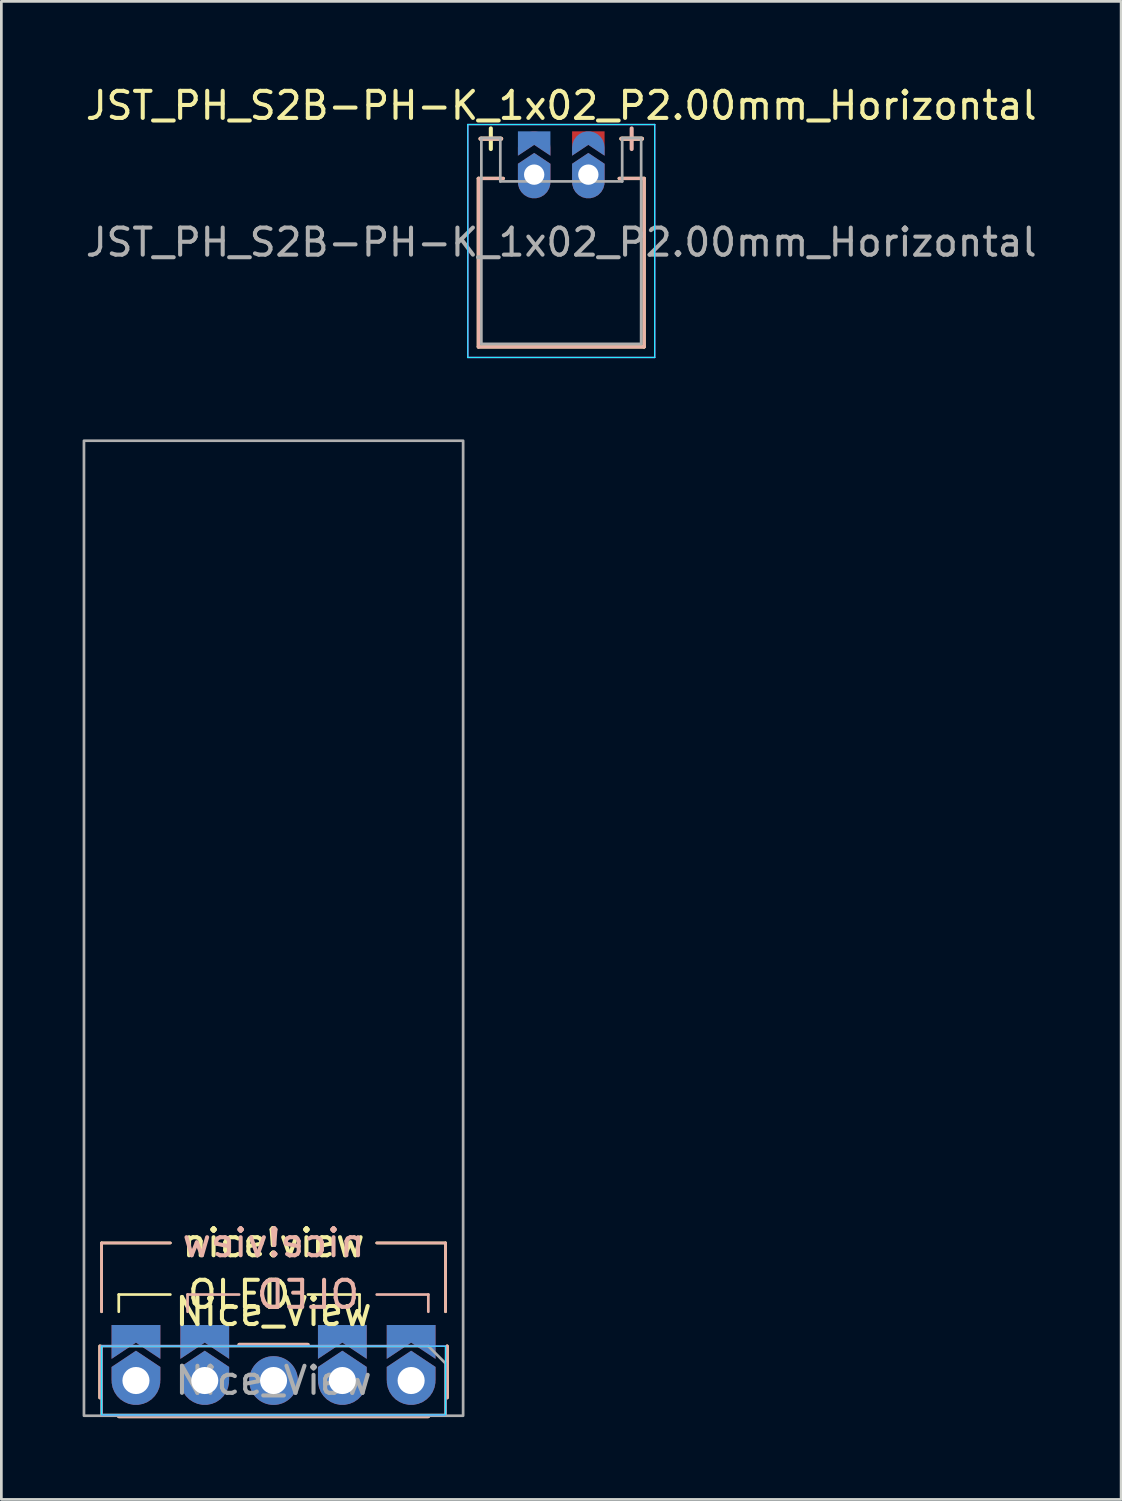
<source format=kicad_pcb>
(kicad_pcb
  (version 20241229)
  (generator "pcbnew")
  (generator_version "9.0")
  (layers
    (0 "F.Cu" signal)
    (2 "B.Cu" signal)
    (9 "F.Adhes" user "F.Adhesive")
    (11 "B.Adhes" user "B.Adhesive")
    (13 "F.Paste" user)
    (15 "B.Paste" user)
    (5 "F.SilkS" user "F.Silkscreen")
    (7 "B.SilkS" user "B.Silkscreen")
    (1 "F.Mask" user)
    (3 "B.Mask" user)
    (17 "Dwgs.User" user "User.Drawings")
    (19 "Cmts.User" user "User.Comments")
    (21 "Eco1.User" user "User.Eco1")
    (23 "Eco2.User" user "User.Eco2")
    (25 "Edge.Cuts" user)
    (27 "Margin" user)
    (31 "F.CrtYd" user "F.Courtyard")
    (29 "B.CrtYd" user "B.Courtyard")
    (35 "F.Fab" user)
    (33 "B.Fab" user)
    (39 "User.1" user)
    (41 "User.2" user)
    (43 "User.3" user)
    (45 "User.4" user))
  (footprint "JST_PH_S2B-PH-K_1x02_P2.00mm_Horizontal"
    (layer "F.Cu")
    (at 16.673 3.398)
    (property "Reference" "JST_PH_S2B-PH-K_1x02_P2.00mm_Horizontal" (at 1 -2.55 0) (layer "F.SilkS") (effects (font (size 1 1) (thickness 0.15))))
    (attr through_hole)
    (fp_line (start -2.06 0.14) (end -2.06 6.36) (stroke (width 0.12) (type solid)) (layer "F.SilkS"))
    (fp_line (start -2.06 0.14) (end -1.14 0.14) (stroke (width 0.12) (type solid)) (layer "F.SilkS"))
    (fp_line (start -2.06 6.36) (end 4.06 6.36) (stroke (width 0.12) (type solid)) (layer "F.SilkS"))
    (fp_line (start 4.06 0.14) (end 3.14 0.14) (stroke (width 0.12) (type solid)) (layer "F.SilkS"))
    (fp_line (start 4.06 6.36) (end 4.06 0.14) (stroke (width 0.12) (type solid)) (layer "F.SilkS"))
    (fp_line (start -2.06 0.14) (end -1.14 0.14) (stroke (width 0.12) (type solid)) (layer "B.SilkS"))
    (fp_line (start -2.06 6.36) (end -2.06 0.14) (stroke (width 0.12) (type solid)) (layer "B.SilkS"))
    (fp_line (start 4.06 0.14) (end 3.14 0.14) (stroke (width 0.12) (type solid)) (layer "B.SilkS"))
    (fp_line (start 4.06 0.14) (end 4.06 6.36) (stroke (width 0.12) (type solid)) (layer "B.SilkS"))
    (fp_line (start 4.06 6.36) (end -2.06 6.36) (stroke (width 0.12) (type solid)) (layer "B.SilkS"))
    (fp_line (start -2.45 -1.85) (end 4.45 -1.85) (stroke (width 0.05) (type solid)) (layer "B.CrtYd"))
    (fp_line (start -2.45 6.75) (end -2.45 -1.85) (stroke (width 0.05) (type solid)) (layer "B.CrtYd"))
    (fp_line (start 4.45 -1.85) (end 4.45 6.75) (stroke (width 0.05) (type solid)) (layer "B.CrtYd"))
    (fp_line (start 4.45 6.75) (end -2.45 6.75) (stroke (width 0.05) (type solid)) (layer "B.CrtYd"))
    (fp_line (start -2.45 -1.85) (end -2.45 6.75) (stroke (width 0.05) (type solid)) (layer "F.CrtYd"))
    (fp_line (start -2.45 6.75) (end 4.45 6.75) (stroke (width 0.05) (type solid)) (layer "F.CrtYd"))
    (fp_line (start 4.45 -1.85) (end -2.45 -1.85) (stroke (width 0.05) (type solid)) (layer "F.CrtYd"))
    (fp_line (start 4.45 6.75) (end 4.45 -1.85) (stroke (width 0.05) (type solid)) (layer "F.CrtYd"))
    (fp_line (start -1.95 -1.35) (end -1.95 6.25) (stroke (width 0.1) (type solid)) (layer "F.Fab"))
    (fp_line (start -1.95 6.25) (end 3.95 6.25) (stroke (width 0.1) (type solid)) (layer "F.Fab"))
    (fp_line (start -1.25 -1.35) (end -1.95 -1.35) (stroke (width 0.1) (type solid)) (layer "F.Fab"))
    (fp_line (start -1.25 0.25) (end -1.25 -1.35) (stroke (width 0.1) (type solid)) (layer "F.Fab"))
    (fp_line (start 3.25 -1.35) (end 3.25 0.25) (stroke (width 0.1) (type solid)) (layer "F.Fab"))
    (fp_line (start 3.25 0.25) (end -1.25 0.25) (stroke (width 0.1) (type solid)) (layer "F.Fab"))
    (fp_line (start 3.95 -1.35) (end 3.25 -1.35) (stroke (width 0.1) (type solid)) (layer "F.Fab"))
    (fp_line (start 3.95 6.25) (end 3.95 -1.35) (stroke (width 0.1) (type solid)) (layer "F.Fab"))
    (fp_text user "+" (at -1.6 -1.4 0) (unlocked yes) (layer "F.SilkS") (effects (font (size 1 1) (thickness 0.15))))
    (fp_text user "-" (at 3.6 -1.4 0) (unlocked yes) (layer "F.SilkS") (effects (font (size 1 1) (thickness 0.15))))
    (fp_text user "-" (at -1.6 -1.4 0) (unlocked yes) (layer "B.SilkS") (effects (font (size 1 1) (thickness 0.15)) (justify mirror)))
    (fp_text user "+" (at 3.6 -1.4 0) (unlocked yes) (layer "B.SilkS") (effects (font (size 1 1) (thickness 0.15)) (justify mirror)))
    (fp_text user "${REFERENCE}" (at 1 2.5 0) (layer "F.Fab") (effects (font (size 1 1) (thickness 0.15))))
    (pad "1" smd custom (at 0 -1.3 90) (size 0.4 0.4) (layers "B.Cu" "B.Mask") (options (anchor rect)) (primitives (gr_poly (pts (xy -0.2 0) (xy -0.6 0.6) (xy 0.3 0.6) (xy 0.3 -0.6) (xy -0.6 -0.6)) (width 0) (fill yes))))
    (pad "1" smd custom (at 2 -1.3 270) (size 0.4 0.4) (layers "F.Cu" "F.Mask") (options (anchor rect)) (primitives (gr_poly (pts (xy 0.2 0) (xy 0.6 0.6) (xy -0.3 0.6) (xy -0.3 -0.6) (xy 0.6 -0.6)) (width 0) (fill yes))))
    (pad "2" smd custom (at 0 -1.3 270) (size 0.3 0.3) (layers "F.Cu" "F.Mask") (options (anchor rect)) (primitives (gr_poly (pts (xy 0.2 0) (xy 0.6 0.6) (xy 0.3 0.6) (xy -0.3 0) (xy 0.3 -0.6) (xy 0.6 -0.6)) (width 0) (fill yes)) (gr_arc (start 0.3 0.5) (mid -0.2 0) (end 0.3 -0.5) (width 0.2))))
    (pad "2" smd custom (at 2 -1.3 90) (size 0.3 0.3) (layers "B.Cu" "B.Mask") (options (anchor rect)) (primitives (gr_arc (start -0.3 -0.5) (mid 0.2 0) (end -0.3 0.5) (width 0.2)) (gr_poly (pts (xy -0.2 0) (xy -0.6 0.6) (xy -0.3 0.6) (xy 0.3 0) (xy -0.3 -0.6) (xy -0.6 -0.6)) (width 0) (fill yes))))
    (pad "J1" thru_hole custom (at 0 0) (size 1.2 1.2) (drill 0.75) (layers "*.Cu" "*.Mask") (options (anchor circle)) (primitives (gr_poly (pts (xy 0.6 -0.4) (xy 0.6 0.275) (xy -0.6 0.275) (xy -0.6 -0.4) (xy 0 -0.8)) (width 0) (fill yes)) (gr_circle (center 0 0.275) (end -0.6 0.275) (width 0) (fill yes))))
    (pad "J2" thru_hole custom (at 2 0) (size 1.2 1.2) (drill 0.75) (layers "*.Cu" "*.Mask") (options (anchor circle)) (primitives (gr_circle (center 0 0.275) (end -0.6 0.275) (width 0) (fill yes)) (gr_poly (pts (xy 0.6 -0.4) (xy 0.6 0.275) (xy -0.6 0.275) (xy -0.6 -0.4) (xy 0 -0.8)) (width 0) (fill yes)))))
  (footprint "Nice_View"
    (layer "F.Cu")
    (at 7.05 47.923)
    (property "Reference" "Nice_View" (at 0 -2.54 0) (unlocked yes) (layer "F.SilkS") (effects (font (size 1 1) (thickness 0.15))))
    (attr through_hole)
    (fp_line (start -6.41 -1.27) (end -6.41 0.635) (stroke (width 0.12) (type default)) (layer "F.SilkS"))
    (fp_line (start -6.35 -5.08) (end -3.81 -5.08) (stroke (width 0.1) (type default)) (layer "F.SilkS"))
    (fp_line (start -6.35 -2.54) (end -6.35 -5.08) (stroke (width 0.1) (type default)) (layer "F.SilkS"))
    (fp_line (start -5.715 -2.54) (end -5.715 -3.175) (stroke (width 0.1) (type default)) (layer "F.SilkS"))
    (fp_line (start -5.715 1.33) (end 5.715 1.33) (stroke (width 0.12) (type default)) (layer "F.SilkS"))
    (fp_line (start -3.81 -3.175) (end -5.715 -3.175) (stroke (width 0.1) (type default)) (layer "F.SilkS"))
    (fp_line (start 1.27 -3.175) (end 3.175 -3.175) (stroke (width 0.1) (type default)) (layer "F.SilkS"))
    (fp_line (start 1.27 -1.33) (end -1.27 -1.33) (stroke (width 0.12) (type default)) (layer "F.SilkS"))
    (fp_line (start 3.175 -3.175) (end 3.175 -2.54) (stroke (width 0.1) (type default)) (layer "F.SilkS"))
    (fp_line (start 6.35 -5.08) (end 3.81 -5.08) (stroke (width 0.1) (type default)) (layer "F.SilkS"))
    (fp_line (start 6.35 -5.08) (end 6.35 -2.54) (stroke (width 0.1) (type default)) (layer "F.SilkS"))
    (fp_line (start 6.41 0.635) (end 6.41 -1.27) (stroke (width 0.12) (type default)) (layer "F.SilkS"))
    (fp_line (start -6.41 0.635) (end -6.41 -1.27) (stroke (width 0.12) (type default)) (layer "B.SilkS"))
    (fp_line (start -6.35 -5.08) (end -6.35 -2.54) (stroke (width 0.1) (type default)) (layer "B.SilkS"))
    (fp_line (start -6.35 -5.08) (end -3.81 -5.08) (stroke (width 0.1) (type default)) (layer "B.SilkS"))
    (fp_line (start -3.175 -3.175) (end -3.175 -2.54) (stroke (width 0.1) (type default)) (layer "B.SilkS"))
    (fp_line (start -1.27 -3.175) (end -3.175 -3.175) (stroke (width 0.1) (type default)) (layer "B.SilkS"))
    (fp_line (start -1.27 -1.33) (end 1.27 -1.33) (stroke (width 0.12) (type default)) (layer "B.SilkS"))
    (fp_line (start 3.81 -3.175) (end 5.715 -3.175) (stroke (width 0.1) (type default)) (layer "B.SilkS"))
    (fp_line (start 5.715 -2.54) (end 5.715 -3.175) (stroke (width 0.1) (type default)) (layer "B.SilkS"))
    (fp_line (start 5.715 1.33) (end -5.715 1.33) (stroke (width 0.12) (type default)) (layer "B.SilkS"))
    (fp_line (start 6.35 -5.08) (end 3.81 -5.08) (stroke (width 0.1) (type default)) (layer "B.SilkS"))
    (fp_line (start 6.35 -2.54) (end 6.35 -5.08) (stroke (width 0.1) (type default)) (layer "B.SilkS"))
    (fp_line (start 6.41 -1.27) (end 6.41 0.635) (stroke (width 0.12) (type default)) (layer "B.SilkS"))
    (fp_rect (start -6.35 -1.27) (end 6.35 1.27) (stroke (width 0.05) (type default)) (fill no) (layer "B.CrtYd"))
    (fp_rect (start -6.35 -1.27) (end 6.35 1.27) (stroke (width 0.05) (type default)) (fill no) (layer "F.CrtYd"))
    (fp_line (start -6.35 -1.27) (end 5.715 -1.27) (stroke (width 0.1) (type solid)) (layer "F.Fab"))
    (fp_line (start -6.35 1.27) (end -6.35 -1.27) (stroke (width 0.1) (type solid)) (layer "F.Fab"))
    (fp_line (start 5.715 -1.27) (end 6.35 -0.635) (stroke (width 0.1) (type solid)) (layer "F.Fab"))
    (fp_line (start 6.35 -0.635) (end 6.35 1.27) (stroke (width 0.1) (type solid)) (layer "F.Fab"))
    (fp_line (start 6.35 1.27) (end -6.35 1.27) (stroke (width 0.1) (type solid)) (layer "F.Fab"))
    (fp_rect (start -7 -34.7) (end 7 1.3) (stroke (width 0.1) (type default)) (fill no) (layer "F.Fab"))
    (fp_text user "OLED" (at -1.27 -3.175 0) (unlocked yes) (layer "F.SilkS") (effects (font (size 1 1) (thickness 0.15))))
    (fp_text user "nice!view" (at 0 -5.08 0) (unlocked yes) (layer "F.SilkS") (effects (font (size 1 1) (thickness 0.15))))
    (fp_text user "nice!view" (at 0 -5.08 0) (unlocked yes) (layer "B.SilkS") (effects (font (size 1 1) (thickness 0.15)) (justify mirror)))
    (fp_text user "OLED" (at 1.27 -3.175 0) (unlocked yes) (layer "B.SilkS") (effects (font (size 1 1) (thickness 0.15)) (justify mirror)))
    (fp_text user "${REFERENCE}" (at 0 0 0) (layer "F.Fab") (effects (font (size 1 1) (thickness 0.15))))
    (pad "1" smd custom (at -5.08 -1.905 90) (size 0.254 0.254) (layers "B.Cu" "B.Mask") (options (anchor rect)) (primitives (gr_poly (pts (xy -0.505 0) (xy -1.105 0.9) (xy 0.145 0.9) (xy 0.145 -0.9) (xy -1.105 -0.9)) (width 0) (fill yes))))
    (pad "1" smd custom (at 5.08 -1.905 270) (size 0.254 0.254) (layers "F.Cu" "F.Mask") (options (anchor rect)) (primitives (gr_poly (pts (xy 0.505 0) (xy 1.105 0.9) (xy -0.145 0.9) (xy -0.145 -0.9) (xy 1.105 -0.9)) (width 0) (fill yes))))
    (pad "2" smd custom (at -2.54 -1.905 90) (size 0.254 0.254) (layers "B.Cu" "B.Mask") (options (anchor rect)) (primitives (gr_poly (pts (xy -0.505 0) (xy -1.105 0.9) (xy 0.145 0.9) (xy 0.145 -0.9) (xy -1.105 -0.9)) (width 0) (fill yes))))
    (pad "2" smd custom (at 2.54 -1.905 270) (size 0.254 0.254) (layers "F.Cu" "F.Mask") (options (anchor rect)) (primitives (gr_poly (pts (xy 0.505 0) (xy 1.105 0.9) (xy -0.145 0.9) (xy -0.145 -0.9) (xy 1.105 -0.9)) (width 0) (fill yes))))
    (pad "3" thru_hole circle (at 0 0) (size 1.8 1.8) (drill 1) (layers "*.Cu" "*.Mask"))
    (pad "4" smd custom (at -2.54 -1.905 270) (size 0.254 0.254) (layers "F.Cu" "F.Mask") (options (anchor rect)) (primitives (gr_poly (pts (xy 0.505 0) (xy 1.105 0.9) (xy -0.145 0.9) (xy -0.145 -0.9) (xy 1.105 -0.9)) (width 0) (fill yes))))
    (pad "4" smd custom (at 2.54 -1.905 90) (size 0.254 0.254) (layers "B.Cu" "B.Mask") (options (anchor rect)) (primitives (gr_poly (pts (xy -0.505 0) (xy -1.105 0.9) (xy 0.145 0.9) (xy 0.145 -0.9) (xy -1.105 -0.9)) (width 0) (fill yes))))
    (pad "5" smd custom (at -5.08 -1.905 270) (size 0.254 0.254) (layers "F.Cu" "F.Mask") (options (anchor rect)) (primitives (gr_poly (pts (xy 0.505 0) (xy 1.105 0.9) (xy -0.145 0.9) (xy -0.145 -0.9) (xy 1.105 -0.9)) (width 0) (fill yes))))
    (pad "5" smd custom (at 5.08 -1.905 90) (size 0.254 0.254) (layers "B.Cu" "B.Mask") (options (anchor rect)) (primitives (gr_poly (pts (xy -0.505 0) (xy -1.105 0.9) (xy 0.145 0.9) (xy 0.145 -0.9) (xy -1.105 -0.9)) (width 0) (fill yes))))
    (pad "J1" thru_hole custom (at -5.08 0) (size 1.8 1.8) (drill 1) (layers "*.Cu" "*.Mask") (options (anchor circle)) (primitives (gr_poly (pts (xy -0.9 0) (xy -0.9 -0.5) (xy 0 -1.1) (xy 0.9 -0.5) (xy 0.9 0)) (width 0) (fill yes))))
    (pad "J2" thru_hole custom (at -2.54 0) (size 1.8 1.8) (drill 1) (layers "*.Cu" "*.Mask") (options (anchor circle)) (primitives (gr_poly (pts (xy -0.9 0) (xy -0.9 -0.5) (xy 0 -1.1) (xy 0.9 -0.5) (xy 0.9 0)) (width 0) (fill yes))))
    (pad "J4" thru_hole custom (at 2.54 0) (size 1.8 1.8) (drill 1) (layers "*.Cu" "*.Mask") (options (anchor circle)) (primitives (gr_poly (pts (xy -0.9 0) (xy -0.9 -0.5) (xy 0 -1.1) (xy 0.9 -0.5) (xy 0.9 0)) (width 0) (fill yes))))
    (pad "J5" thru_hole custom (at 5.08 0) (size 1.8 1.8) (drill 1) (layers "*.Cu" "*.Mask") (options (anchor circle)) (primitives (gr_poly (pts (xy -0.9 0) (xy -0.9 -0.5) (xy 0 -1.1) (xy 0.9 -0.5) (xy 0.9 0)) (width 0) (fill yes)))))
  (gr_rect
    (start -3 -3)
    (end 38.345 52.313)
    (stroke (width 0.1) (type default))
    (fill no)
    (layer "Edge.Cuts")))
</source>
